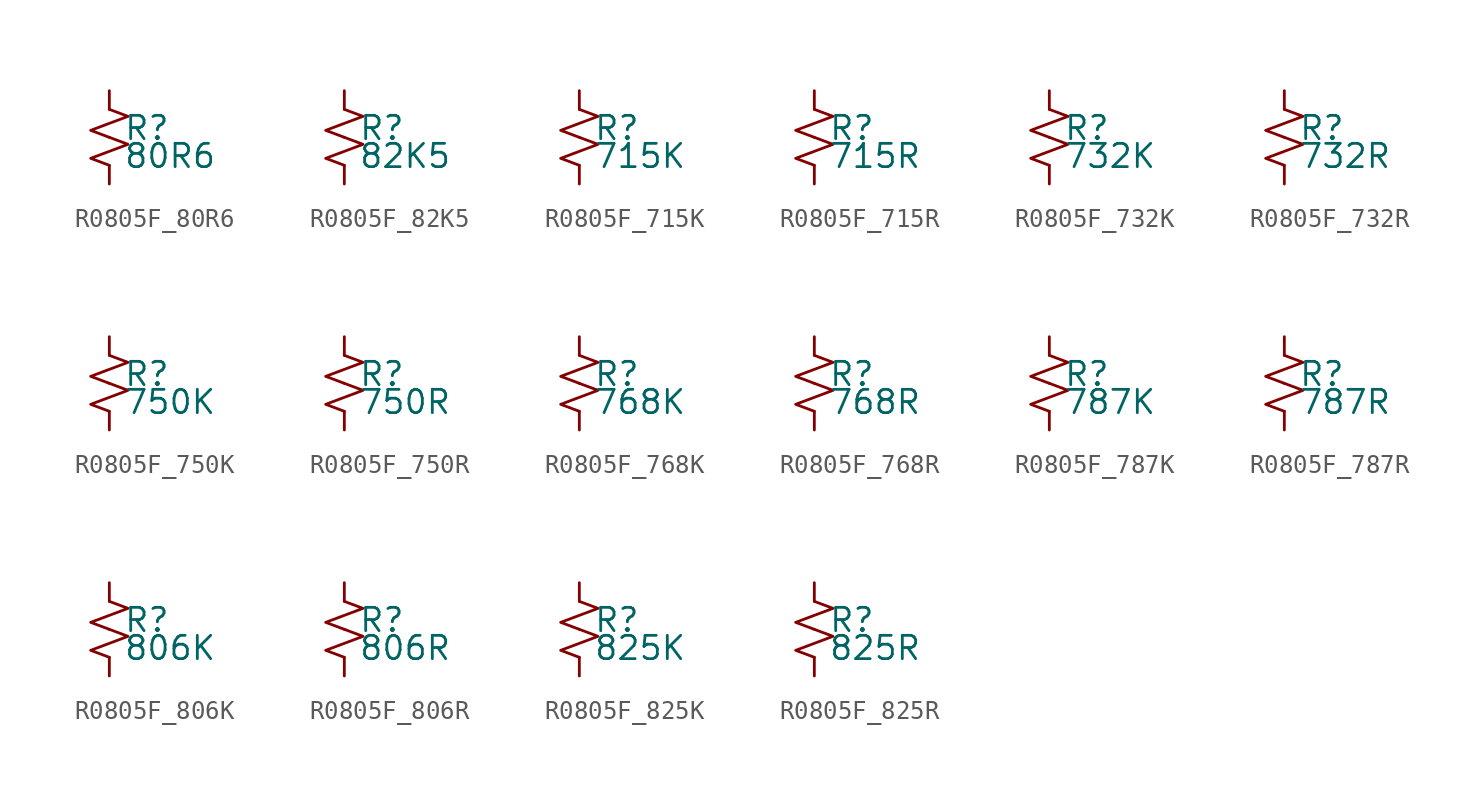
<source format=kicad_sym>
(kicad_symbol_lib
  (version 20220914)
  (generator kicad_symbol_editor)
  (symbol "R0805F_80R6"
    (pin_numbers hide)
    (pin_names
      (offset 0.254) hide)
    (property "Reference" "R"
      (at 0.762 0.508 0)
      (effects (font (size 1.27 1.27)) (justify left)))
    (property "Value" "80R6"
      (at 0.762 -1.016 0)
      (effects (font (size 1.27 1.27)) (justify left)))
    (symbol "R0805F_80R6_1_1"
      (polyline (pts (xy 0 0) (xy 1.016 -0.381) (xy 0 -0.762) (xy -1.016 -1.143) (xy 0 -1.524)) (stroke (width 0) (type default)) (fill (type none)))
      (polyline (pts (xy 0 1.524) (xy 1.016 1.143) (xy 0 0.762) (xy -1.016 0.381) (xy 0 0)) (stroke (width 0) (type default)) (fill (type none)))
      (pin passive line (at 0 2.54 270) (length 1.016) (name "~" (effects (font (size 1.27 1.27)))) (number "1" (effects (font (size 1.27 1.27)))))
      (pin passive line (at 0 -2.54 90) (length 1.016) (name "~" (effects (font (size 1.27 1.27)))) (number "2" (effects (font (size 1.27 1.27)))))))
  (symbol "R0805F_82K5"
    (pin_numbers hide)
    (pin_names
      (offset 0.254) hide)
    (property "Reference" "R"
      (at 0.762 0.508 0)
      (effects (font (size 1.27 1.27)) (justify left)))
    (property "Value" "82K5"
      (at 0.762 -1.016 0)
      (effects (font (size 1.27 1.27)) (justify left)))
    (symbol "R0805F_82K5_1_1"
      (polyline (pts (xy 0 0) (xy 1.016 -0.381) (xy 0 -0.762) (xy -1.016 -1.143) (xy 0 -1.524)) (stroke (width 0) (type default)) (fill (type none)))
      (polyline (pts (xy 0 1.524) (xy 1.016 1.143) (xy 0 0.762) (xy -1.016 0.381) (xy 0 0)) (stroke (width 0) (type default)) (fill (type none)))
      (pin passive line (at 0 2.54 270) (length 1.016) (name "~" (effects (font (size 1.27 1.27)))) (number "1" (effects (font (size 1.27 1.27)))))
      (pin passive line (at 0 -2.54 90) (length 1.016) (name "~" (effects (font (size 1.27 1.27)))) (number "2" (effects (font (size 1.27 1.27)))))))
  (symbol "R0805F_715K"
    (pin_numbers hide)
    (pin_names
      (offset 0.254) hide)
    (property "Reference" "R"
      (at 0.762 0.508 0)
      (effects (font (size 1.27 1.27)) (justify left)))
    (property "Value" "715K"
      (at 0.762 -1.016 0)
      (effects (font (size 1.27 1.27)) (justify left)))
    (symbol "R0805F_715K_1_1"
      (polyline (pts (xy 0 0) (xy 1.016 -0.381) (xy 0 -0.762) (xy -1.016 -1.143) (xy 0 -1.524)) (stroke (width 0) (type default)) (fill (type none)))
      (polyline (pts (xy 0 1.524) (xy 1.016 1.143) (xy 0 0.762) (xy -1.016 0.381) (xy 0 0)) (stroke (width 0) (type default)) (fill (type none)))
      (pin passive line (at 0 2.54 270) (length 1.016) (name "~" (effects (font (size 1.27 1.27)))) (number "1" (effects (font (size 1.27 1.27)))))
      (pin passive line (at 0 -2.54 90) (length 1.016) (name "~" (effects (font (size 1.27 1.27)))) (number "2" (effects (font (size 1.27 1.27)))))))
  (symbol "R0805F_715R"
    (pin_numbers hide)
    (pin_names
      (offset 0.254) hide)
    (property "Reference" "R"
      (at 0.762 0.508 0)
      (effects (font (size 1.27 1.27)) (justify left)))
    (property "Value" "715R"
      (at 0.762 -1.016 0)
      (effects (font (size 1.27 1.27)) (justify left)))
    (symbol "R0805F_715R_1_1"
      (polyline (pts (xy 0 0) (xy 1.016 -0.381) (xy 0 -0.762) (xy -1.016 -1.143) (xy 0 -1.524)) (stroke (width 0) (type default)) (fill (type none)))
      (polyline (pts (xy 0 1.524) (xy 1.016 1.143) (xy 0 0.762) (xy -1.016 0.381) (xy 0 0)) (stroke (width 0) (type default)) (fill (type none)))
      (pin passive line (at 0 2.54 270) (length 1.016) (name "~" (effects (font (size 1.27 1.27)))) (number "1" (effects (font (size 1.27 1.27)))))
      (pin passive line (at 0 -2.54 90) (length 1.016) (name "~" (effects (font (size 1.27 1.27)))) (number "2" (effects (font (size 1.27 1.27)))))))
  (symbol "R0805F_732K"
    (pin_numbers hide)
    (pin_names
      (offset 0.254) hide)
    (property "Reference" "R"
      (at 0.762 0.508 0)
      (effects (font (size 1.27 1.27)) (justify left)))
    (property "Value" "732K"
      (at 0.762 -1.016 0)
      (effects (font (size 1.27 1.27)) (justify left)))
    (symbol "R0805F_732K_1_1"
      (polyline (pts (xy 0 0) (xy 1.016 -0.381) (xy 0 -0.762) (xy -1.016 -1.143) (xy 0 -1.524)) (stroke (width 0) (type default)) (fill (type none)))
      (polyline (pts (xy 0 1.524) (xy 1.016 1.143) (xy 0 0.762) (xy -1.016 0.381) (xy 0 0)) (stroke (width 0) (type default)) (fill (type none)))
      (pin passive line (at 0 2.54 270) (length 1.016) (name "~" (effects (font (size 1.27 1.27)))) (number "1" (effects (font (size 1.27 1.27)))))
      (pin passive line (at 0 -2.54 90) (length 1.016) (name "~" (effects (font (size 1.27 1.27)))) (number "2" (effects (font (size 1.27 1.27)))))))
  (symbol "R0805F_732R"
    (pin_numbers hide)
    (pin_names
      (offset 0.254) hide)
    (property "Reference" "R"
      (at 0.762 0.508 0)
      (effects (font (size 1.27 1.27)) (justify left)))
    (property "Value" "732R"
      (at 0.762 -1.016 0)
      (effects (font (size 1.27 1.27)) (justify left)))
    (symbol "R0805F_732R_1_1"
      (polyline (pts (xy 0 0) (xy 1.016 -0.381) (xy 0 -0.762) (xy -1.016 -1.143) (xy 0 -1.524)) (stroke (width 0) (type default)) (fill (type none)))
      (polyline (pts (xy 0 1.524) (xy 1.016 1.143) (xy 0 0.762) (xy -1.016 0.381) (xy 0 0)) (stroke (width 0) (type default)) (fill (type none)))
      (pin passive line (at 0 2.54 270) (length 1.016) (name "~" (effects (font (size 1.27 1.27)))) (number "1" (effects (font (size 1.27 1.27)))))
      (pin passive line (at 0 -2.54 90) (length 1.016) (name "~" (effects (font (size 1.27 1.27)))) (number "2" (effects (font (size 1.27 1.27)))))))
  (symbol "R0805F_750K"
    (pin_numbers hide)
    (pin_names
      (offset 0.254) hide)
    (property "Reference" "R"
      (at 0.762 0.508 0)
      (effects (font (size 1.27 1.27)) (justify left)))
    (property "Value" "750K"
      (at 0.762 -1.016 0)
      (effects (font (size 1.27 1.27)) (justify left)))
    (symbol "R0805F_750K_1_1"
      (polyline (pts (xy 0 0) (xy 1.016 -0.381) (xy 0 -0.762) (xy -1.016 -1.143) (xy 0 -1.524)) (stroke (width 0) (type default)) (fill (type none)))
      (polyline (pts (xy 0 1.524) (xy 1.016 1.143) (xy 0 0.762) (xy -1.016 0.381) (xy 0 0)) (stroke (width 0) (type default)) (fill (type none)))
      (pin passive line (at 0 2.54 270) (length 1.016) (name "~" (effects (font (size 1.27 1.27)))) (number "1" (effects (font (size 1.27 1.27)))))
      (pin passive line (at 0 -2.54 90) (length 1.016) (name "~" (effects (font (size 1.27 1.27)))) (number "2" (effects (font (size 1.27 1.27)))))))
  (symbol "R0805F_750R"
    (pin_numbers hide)
    (pin_names
      (offset 0.254) hide)
    (property "Reference" "R"
      (at 0.762 0.508 0)
      (effects (font (size 1.27 1.27)) (justify left)))
    (property "Value" "750R"
      (at 0.762 -1.016 0)
      (effects (font (size 1.27 1.27)) (justify left)))
    (symbol "R0805F_750R_1_1"
      (polyline (pts (xy 0 0) (xy 1.016 -0.381) (xy 0 -0.762) (xy -1.016 -1.143) (xy 0 -1.524)) (stroke (width 0) (type default)) (fill (type none)))
      (polyline (pts (xy 0 1.524) (xy 1.016 1.143) (xy 0 0.762) (xy -1.016 0.381) (xy 0 0)) (stroke (width 0) (type default)) (fill (type none)))
      (pin passive line (at 0 2.54 270) (length 1.016) (name "~" (effects (font (size 1.27 1.27)))) (number "1" (effects (font (size 1.27 1.27)))))
      (pin passive line (at 0 -2.54 90) (length 1.016) (name "~" (effects (font (size 1.27 1.27)))) (number "2" (effects (font (size 1.27 1.27)))))))
  (symbol "R0805F_768K"
    (pin_numbers hide)
    (pin_names
      (offset 0.254) hide)
    (property "Reference" "R"
      (at 0.762 0.508 0)
      (effects (font (size 1.27 1.27)) (justify left)))
    (property "Value" "768K"
      (at 0.762 -1.016 0)
      (effects (font (size 1.27 1.27)) (justify left)))
    (symbol "R0805F_768K_1_1"
      (polyline (pts (xy 0 0) (xy 1.016 -0.381) (xy 0 -0.762) (xy -1.016 -1.143) (xy 0 -1.524)) (stroke (width 0) (type default)) (fill (type none)))
      (polyline (pts (xy 0 1.524) (xy 1.016 1.143) (xy 0 0.762) (xy -1.016 0.381) (xy 0 0)) (stroke (width 0) (type default)) (fill (type none)))
      (pin passive line (at 0 2.54 270) (length 1.016) (name "~" (effects (font (size 1.27 1.27)))) (number "1" (effects (font (size 1.27 1.27)))))
      (pin passive line (at 0 -2.54 90) (length 1.016) (name "~" (effects (font (size 1.27 1.27)))) (number "2" (effects (font (size 1.27 1.27)))))))
  (symbol "R0805F_768R"
    (pin_numbers hide)
    (pin_names
      (offset 0.254) hide)
    (property "Reference" "R"
      (at 0.762 0.508 0)
      (effects (font (size 1.27 1.27)) (justify left)))
    (property "Value" "768R"
      (at 0.762 -1.016 0)
      (effects (font (size 1.27 1.27)) (justify left)))
    (symbol "R0805F_768R_1_1"
      (polyline (pts (xy 0 0) (xy 1.016 -0.381) (xy 0 -0.762) (xy -1.016 -1.143) (xy 0 -1.524)) (stroke (width 0) (type default)) (fill (type none)))
      (polyline (pts (xy 0 1.524) (xy 1.016 1.143) (xy 0 0.762) (xy -1.016 0.381) (xy 0 0)) (stroke (width 0) (type default)) (fill (type none)))
      (pin passive line (at 0 2.54 270) (length 1.016) (name "~" (effects (font (size 1.27 1.27)))) (number "1" (effects (font (size 1.27 1.27)))))
      (pin passive line (at 0 -2.54 90) (length 1.016) (name "~" (effects (font (size 1.27 1.27)))) (number "2" (effects (font (size 1.27 1.27)))))))
  (symbol "R0805F_787K"
    (pin_numbers hide)
    (pin_names
      (offset 0.254) hide)
    (property "Reference" "R"
      (at 0.762 0.508 0)
      (effects (font (size 1.27 1.27)) (justify left)))
    (property "Value" "787K"
      (at 0.762 -1.016 0)
      (effects (font (size 1.27 1.27)) (justify left)))
    (symbol "R0805F_787K_1_1"
      (polyline (pts (xy 0 0) (xy 1.016 -0.381) (xy 0 -0.762) (xy -1.016 -1.143) (xy 0 -1.524)) (stroke (width 0) (type default)) (fill (type none)))
      (polyline (pts (xy 0 1.524) (xy 1.016 1.143) (xy 0 0.762) (xy -1.016 0.381) (xy 0 0)) (stroke (width 0) (type default)) (fill (type none)))
      (pin passive line (at 0 2.54 270) (length 1.016) (name "~" (effects (font (size 1.27 1.27)))) (number "1" (effects (font (size 1.27 1.27)))))
      (pin passive line (at 0 -2.54 90) (length 1.016) (name "~" (effects (font (size 1.27 1.27)))) (number "2" (effects (font (size 1.27 1.27)))))))
  (symbol "R0805F_787R"
    (pin_numbers hide)
    (pin_names
      (offset 0.254) hide)
    (property "Reference" "R"
      (at 0.762 0.508 0)
      (effects (font (size 1.27 1.27)) (justify left)))
    (property "Value" "787R"
      (at 0.762 -1.016 0)
      (effects (font (size 1.27 1.27)) (justify left)))
    (symbol "R0805F_787R_1_1"
      (polyline (pts (xy 0 0) (xy 1.016 -0.381) (xy 0 -0.762) (xy -1.016 -1.143) (xy 0 -1.524)) (stroke (width 0) (type default)) (fill (type none)))
      (polyline (pts (xy 0 1.524) (xy 1.016 1.143) (xy 0 0.762) (xy -1.016 0.381) (xy 0 0)) (stroke (width 0) (type default)) (fill (type none)))
      (pin passive line (at 0 2.54 270) (length 1.016) (name "~" (effects (font (size 1.27 1.27)))) (number "1" (effects (font (size 1.27 1.27)))))
      (pin passive line (at 0 -2.54 90) (length 1.016) (name "~" (effects (font (size 1.27 1.27)))) (number "2" (effects (font (size 1.27 1.27)))))))
  (symbol "R0805F_806K"
    (pin_numbers hide)
    (pin_names
      (offset 0.254) hide)
    (property "Reference" "R"
      (at 0.762 0.508 0)
      (effects (font (size 1.27 1.27)) (justify left)))
    (property "Value" "806K"
      (at 0.762 -1.016 0)
      (effects (font (size 1.27 1.27)) (justify left)))
    (symbol "R0805F_806K_1_1"
      (polyline (pts (xy 0 0) (xy 1.016 -0.381) (xy 0 -0.762) (xy -1.016 -1.143) (xy 0 -1.524)) (stroke (width 0) (type default)) (fill (type none)))
      (polyline (pts (xy 0 1.524) (xy 1.016 1.143) (xy 0 0.762) (xy -1.016 0.381) (xy 0 0)) (stroke (width 0) (type default)) (fill (type none)))
      (pin passive line (at 0 2.54 270) (length 1.016) (name "~" (effects (font (size 1.27 1.27)))) (number "1" (effects (font (size 1.27 1.27)))))
      (pin passive line (at 0 -2.54 90) (length 1.016) (name "~" (effects (font (size 1.27 1.27)))) (number "2" (effects (font (size 1.27 1.27)))))))
  (symbol "R0805F_806R"
    (pin_numbers hide)
    (pin_names
      (offset 0.254) hide)
    (property "Reference" "R"
      (at 0.762 0.508 0)
      (effects (font (size 1.27 1.27)) (justify left)))
    (property "Value" "806R"
      (at 0.762 -1.016 0)
      (effects (font (size 1.27 1.27)) (justify left)))
    (symbol "R0805F_806R_1_1"
      (polyline (pts (xy 0 0) (xy 1.016 -0.381) (xy 0 -0.762) (xy -1.016 -1.143) (xy 0 -1.524)) (stroke (width 0) (type default)) (fill (type none)))
      (polyline (pts (xy 0 1.524) (xy 1.016 1.143) (xy 0 0.762) (xy -1.016 0.381) (xy 0 0)) (stroke (width 0) (type default)) (fill (type none)))
      (pin passive line (at 0 2.54 270) (length 1.016) (name "~" (effects (font (size 1.27 1.27)))) (number "1" (effects (font (size 1.27 1.27)))))
      (pin passive line (at 0 -2.54 90) (length 1.016) (name "~" (effects (font (size 1.27 1.27)))) (number "2" (effects (font (size 1.27 1.27)))))))
  (symbol "R0805F_825K"
    (pin_numbers hide)
    (pin_names
      (offset 0.254) hide)
    (property "Reference" "R"
      (at 0.762 0.508 0)
      (effects (font (size 1.27 1.27)) (justify left)))
    (property "Value" "825K"
      (at 0.762 -1.016 0)
      (effects (font (size 1.27 1.27)) (justify left)))
    (symbol "R0805F_825K_1_1"
      (polyline (pts (xy 0 0) (xy 1.016 -0.381) (xy 0 -0.762) (xy -1.016 -1.143) (xy 0 -1.524)) (stroke (width 0) (type default)) (fill (type none)))
      (polyline (pts (xy 0 1.524) (xy 1.016 1.143) (xy 0 0.762) (xy -1.016 0.381) (xy 0 0)) (stroke (width 0) (type default)) (fill (type none)))
      (pin passive line (at 0 2.54 270) (length 1.016) (name "~" (effects (font (size 1.27 1.27)))) (number "1" (effects (font (size 1.27 1.27)))))
      (pin passive line (at 0 -2.54 90) (length 1.016) (name "~" (effects (font (size 1.27 1.27)))) (number "2" (effects (font (size 1.27 1.27)))))))
  (symbol "R0805F_825R"
    (pin_numbers hide)
    (pin_names
      (offset 0.254) hide)
    (property "Reference" "R"
      (at 0.762 0.508 0)
      (effects (font (size 1.27 1.27)) (justify left)))
    (property "Value" "825R"
      (at 0.762 -1.016 0)
      (effects (font (size 1.27 1.27)) (justify left)))
    (symbol "R0805F_825R_1_1"
      (polyline (pts (xy 0 0) (xy 1.016 -0.381) (xy 0 -0.762) (xy -1.016 -1.143) (xy 0 -1.524)) (stroke (width 0) (type default)) (fill (type none)))
      (polyline (pts (xy 0 1.524) (xy 1.016 1.143) (xy 0 0.762) (xy -1.016 0.381) (xy 0 0)) (stroke (width 0) (type default)) (fill (type none)))
      (pin passive line (at 0 2.54 270) (length 1.016) (name "~" (effects (font (size 1.27 1.27)))) (number "1" (effects (font (size 1.27 1.27)))))
      (pin passive line (at 0 -2.54 90) (length 1.016) (name "~" (effects (font (size 1.27 1.27)))) (number "2" (effects (font (size 1.27 1.27))))))))
</source>
